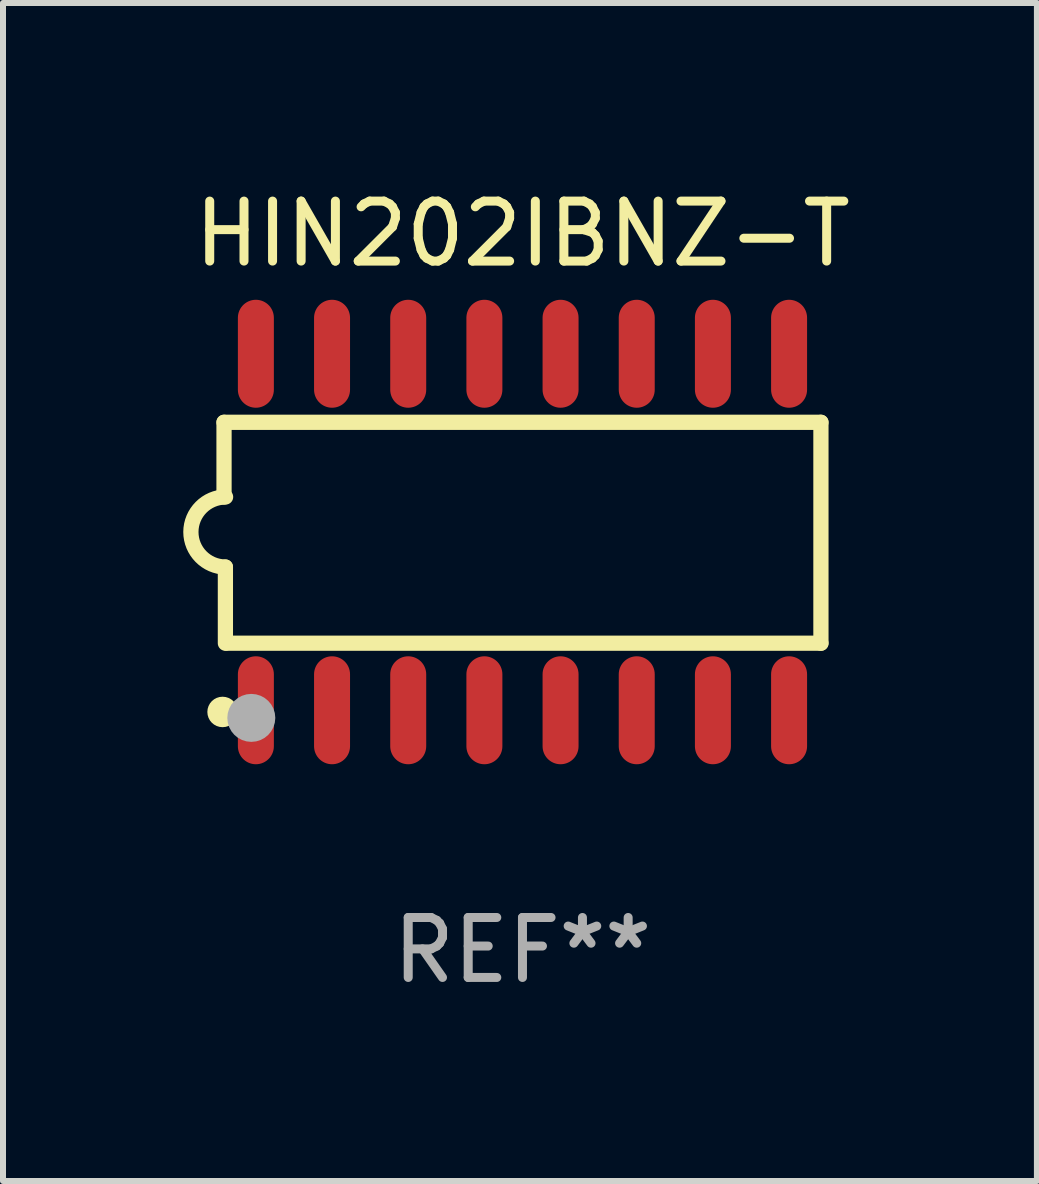
<source format=kicad_pcb>
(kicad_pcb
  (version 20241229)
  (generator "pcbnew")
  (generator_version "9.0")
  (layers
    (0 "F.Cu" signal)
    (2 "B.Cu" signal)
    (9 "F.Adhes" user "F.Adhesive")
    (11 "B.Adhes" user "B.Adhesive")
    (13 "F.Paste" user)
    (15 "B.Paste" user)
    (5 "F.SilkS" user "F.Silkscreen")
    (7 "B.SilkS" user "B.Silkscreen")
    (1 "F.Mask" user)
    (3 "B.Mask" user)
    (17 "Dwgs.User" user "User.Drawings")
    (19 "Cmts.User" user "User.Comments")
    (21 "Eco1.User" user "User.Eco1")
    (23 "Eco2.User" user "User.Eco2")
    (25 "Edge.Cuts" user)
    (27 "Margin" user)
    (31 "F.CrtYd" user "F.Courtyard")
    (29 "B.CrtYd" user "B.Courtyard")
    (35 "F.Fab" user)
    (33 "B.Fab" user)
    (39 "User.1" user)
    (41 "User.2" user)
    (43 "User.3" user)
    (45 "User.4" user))
  (footprint "HIN202IBNZ-T"
    (layer "F.Cu")
    (at 5.661 5.82)
    (property "Reference" "HIN202IBNZ-T" (at 0 -4.972 0) (layer "F.SilkS") (effects (font (size 1 1) (thickness 0.15))))
    (attr through_hole)
    (fp_line (start -4.976 -1.829) (end -4.976 -0.584) (stroke (width 0.254) (type solid)) (layer "F.SilkS"))
    (fp_line (start -4.953 0.584) (end -4.953 1.854) (stroke (width 0.254) (type solid)) (layer "F.SilkS"))
    (fp_line (start -4.928 1.854) (end 4.976 1.854) (stroke (width 0.254) (type solid)) (layer "F.SilkS"))
    (fp_line (start 4.976 -1.829) (end -4.976 -1.829) (stroke (width 0.254) (type solid)) (layer "F.SilkS"))
    (fp_line (start 4.976 1.854) (end 4.976 -1.829) (stroke (width 0.254) (type solid)) (layer "F.SilkS"))
    (fp_arc (start -4.95301 0.584201) (mid -5.533866 -0.00152) (end -4.950088 -0.584329) (stroke (width 0.254001) (type solid)) (layer "F.SilkS"))
    (fp_circle (center -5 3) (end -4.873 3) (stroke (width 0.254) (type solid)) (fill no) (layer "F.SilkS"))
    (fp_circle (center -4.521 3.099) (end -4.321 3.099) (stroke (width 0.4) (type solid)) (fill no) (layer "F.Fab"))
    (fp_text user "REF**" (at 0 6.972 0) (layer "F.Fab") (effects (font (size 1 1) (thickness 0.15))))
    (pad "1" smd oval (at -4.445 2.972 180) (size 0.6 1.8) (layers "F.Cu" "F.Mask" "F.Paste"))
    (pad "2" smd oval (at -3.175 2.972 180) (size 0.6 1.8) (layers "F.Cu" "F.Mask" "F.Paste"))
    (pad "3" smd oval (at -1.905 2.972 180) (size 0.6 1.8) (layers "F.Cu" "F.Mask" "F.Paste"))
    (pad "4" smd oval (at -0.635 2.972 180) (size 0.6 1.8) (layers "F.Cu" "F.Mask" "F.Paste"))
    (pad "5" smd oval (at 0.635 2.972 180) (size 0.6 1.8) (layers "F.Cu" "F.Mask" "F.Paste"))
    (pad "6" smd oval (at 1.905 2.972 180) (size 0.6 1.8) (layers "F.Cu" "F.Mask" "F.Paste"))
    (pad "7" smd oval (at 3.175 2.972 180) (size 0.6 1.8) (layers "F.Cu" "F.Mask" "F.Paste"))
    (pad "8" smd oval (at 4.445 2.972 180) (size 0.6 1.8) (layers "F.Cu" "F.Mask" "F.Paste"))
    (pad "9" smd oval (at 4.445 -2.972 180) (size 0.6 1.8) (layers "F.Cu" "F.Mask" "F.Paste"))
    (pad "10" smd oval (at 3.175 -2.972 180) (size 0.6 1.8) (layers "F.Cu" "F.Mask" "F.Paste"))
    (pad "11" smd oval (at 1.905 -2.972 180) (size 0.6 1.8) (layers "F.Cu" "F.Mask" "F.Paste"))
    (pad "12" smd oval (at 0.635 -2.972 180) (size 0.6 1.8) (layers "F.Cu" "F.Mask" "F.Paste"))
    (pad "13" smd oval (at -0.635 -2.972 180) (size 0.6 1.8) (layers "F.Cu" "F.Mask" "F.Paste"))
    (pad "14" smd oval (at -1.905 -2.972 180) (size 0.6 1.8) (layers "F.Cu" "F.Mask" "F.Paste"))
    (pad "15" smd oval (at -3.175 -2.972 180) (size 0.6 1.8) (layers "F.Cu" "F.Mask" "F.Paste"))
    (pad "16" smd oval (at -4.445 -2.972 180) (size 0.6 1.8) (layers "F.Cu" "F.Mask" "F.Paste")))
  (gr_rect
    (start -3 -3)
    (end 14.238 16.64)
    (stroke (width 0.1) (type default))
    (fill no)
    (layer "Edge.Cuts")))
</source>
